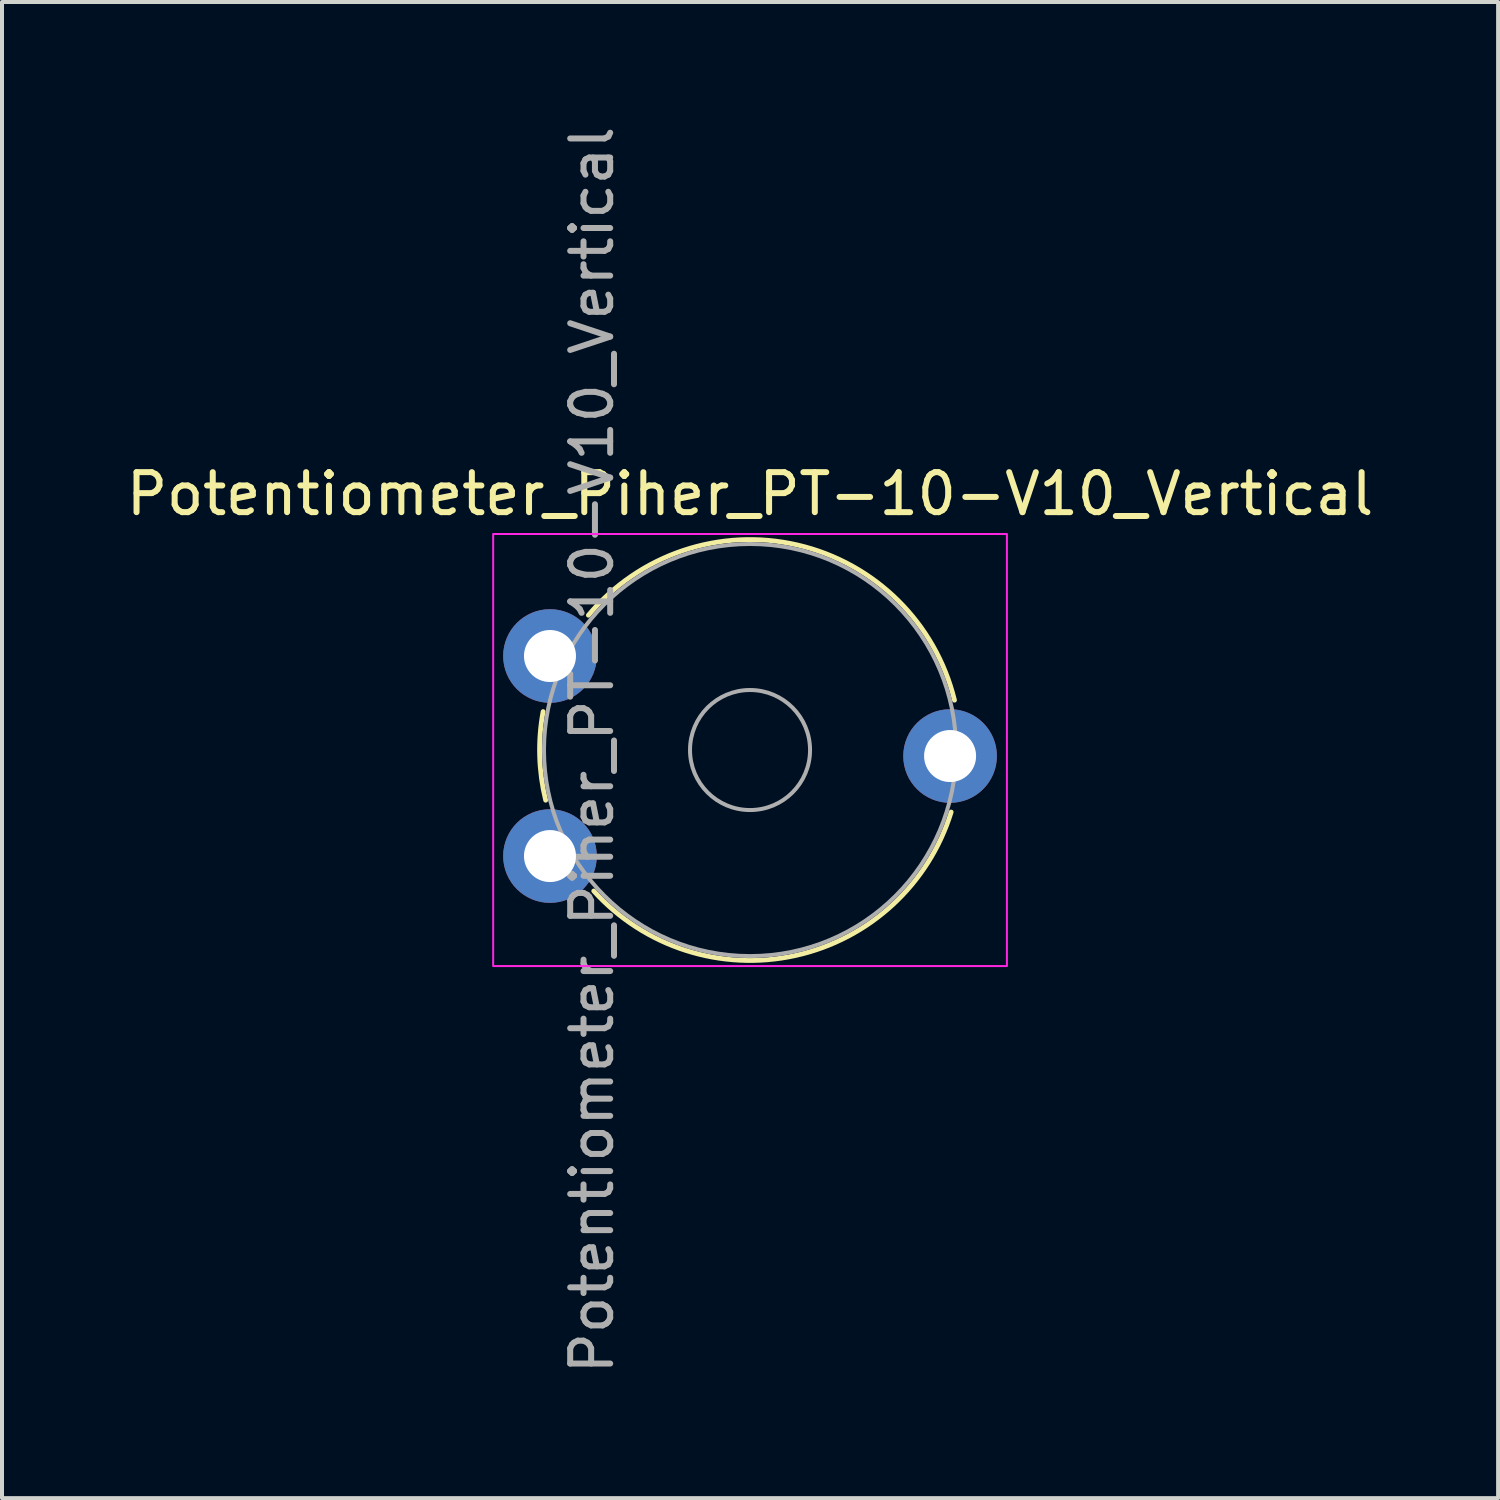
<source format=kicad_pcb>
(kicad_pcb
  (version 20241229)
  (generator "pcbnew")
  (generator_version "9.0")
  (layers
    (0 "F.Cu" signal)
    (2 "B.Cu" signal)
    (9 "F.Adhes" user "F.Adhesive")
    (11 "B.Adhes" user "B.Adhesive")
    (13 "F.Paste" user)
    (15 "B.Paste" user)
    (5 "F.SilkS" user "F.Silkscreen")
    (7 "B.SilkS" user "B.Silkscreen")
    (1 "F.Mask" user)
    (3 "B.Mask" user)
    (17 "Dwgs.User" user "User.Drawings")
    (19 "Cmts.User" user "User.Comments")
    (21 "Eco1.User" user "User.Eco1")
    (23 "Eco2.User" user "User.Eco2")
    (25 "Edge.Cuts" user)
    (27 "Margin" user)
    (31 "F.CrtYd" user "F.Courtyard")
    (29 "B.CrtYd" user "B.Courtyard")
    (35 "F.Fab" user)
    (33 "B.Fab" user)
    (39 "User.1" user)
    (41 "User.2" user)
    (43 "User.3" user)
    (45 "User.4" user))
  (footprint "Potentiometer_Piher_PT-10-V10_Vertical"
    (layer "F.Cu")
    (at 10.696 18.346)
    (property "Reference" "Potentiometer_Piher_PT-10-V10_Vertical" (at 5 -9.05 0) (layer "F.SilkS") (effects (font (size 1 1) (thickness 0.15))))
    (attr through_hole)
    (fp_arc (start -0.108 -1.396) (mid -0.258003 -2.50009) (end -0.172 -3.611) (stroke (width 0.12) (type solid)) (layer "F.SilkS"))
    (fp_arc (start 0.96 -6.019) (mid 6.188516 -7.774112) (end 10.11 -3.896) (stroke (width 0.12) (type solid)) (layer "F.SilkS"))
    (fp_arc (start 10.027 -1.1) (mid 6.134659 2.486075) (end 1.094 0.873) (stroke (width 0.12) (type solid)) (layer "F.SilkS"))
    (fp_rect (start -1.42 -8.05) (end 11.42 2.75) (stroke (width 0.05) (type solid)) (fill no) (layer "F.CrtYd"))
    (fp_circle (center 5 -2.65) (end 6.5 -2.65) (stroke (width 0.1) (type solid)) (fill no) (layer "F.Fab"))
    (fp_circle (center 5 -2.65) (end 10.15 -2.65) (stroke (width 0.1) (type solid)) (fill no) (layer "F.Fab"))
    (fp_text user "${REFERENCE}" (at 1.05 -2.65 90) (layer "F.Fab") (effects (font (size 1 1) (thickness 0.15))))
    (pad "1" thru_hole circle (at 0 0) (size 2.34 2.34) (drill 1.3) (layers "*.Cu" "*.Mask"))
    (pad "2" thru_hole circle (at 10 -2.5) (size 2.34 2.34) (drill 1.3) (layers "*.Cu" "*.Mask"))
    (pad "3" thru_hole circle (at 0 -5) (size 2.34 2.34) (drill 1.3) (layers "*.Cu" "*.Mask")))
  (gr_rect
    (start -3 -3)
    (end 34.393 34.393)
    (stroke (width 0.1) (type default))
    (fill no)
    (layer "Edge.Cuts")))
</source>
